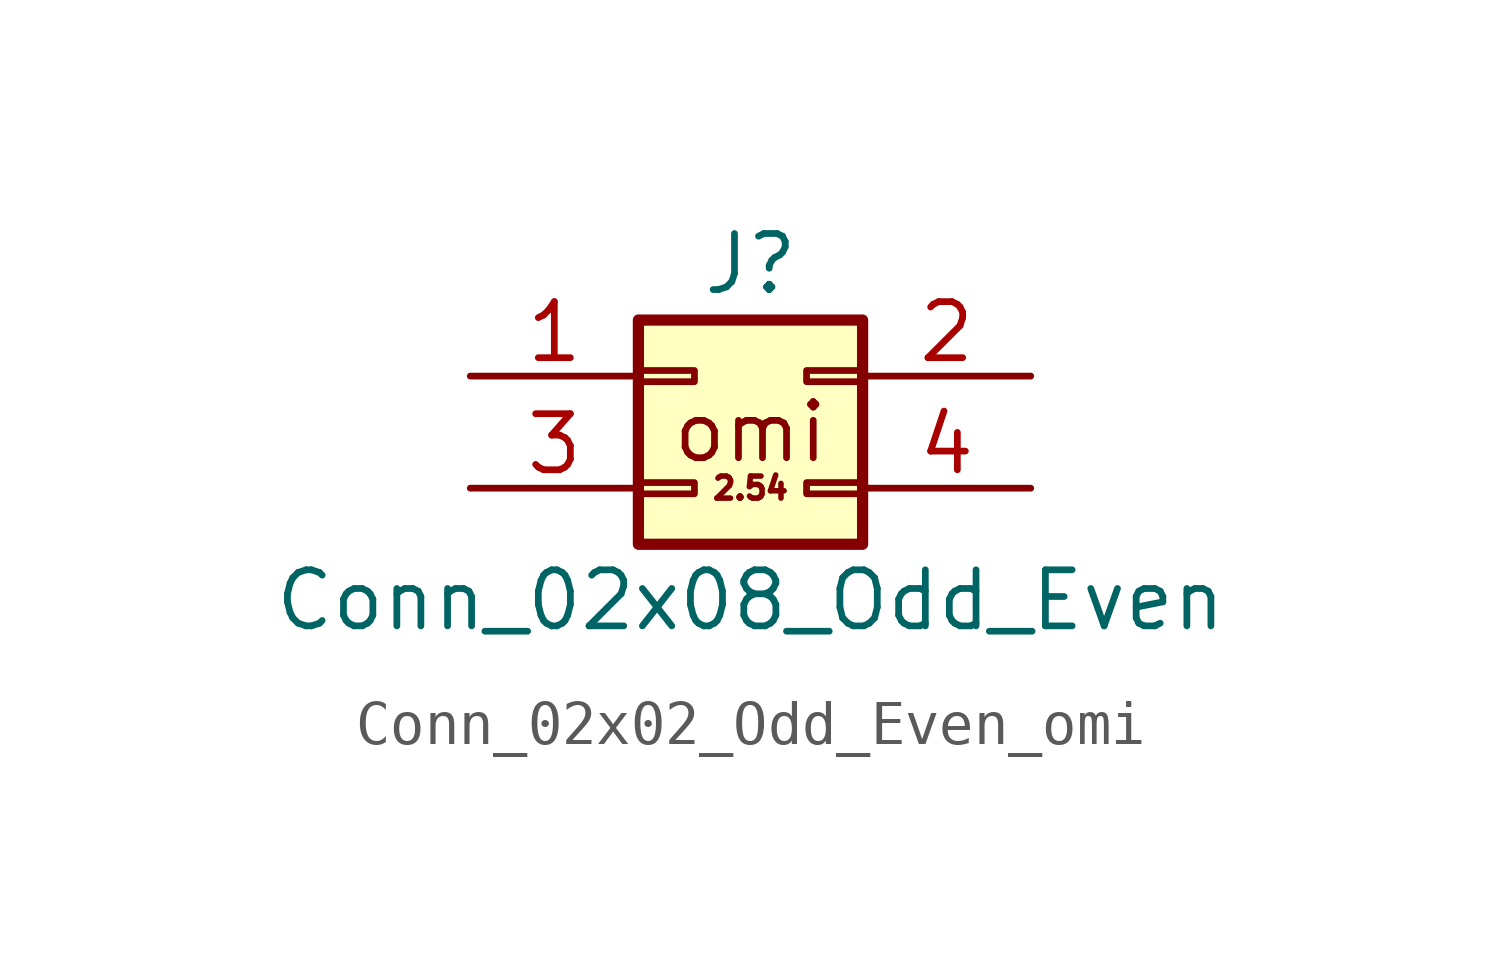
<source format=kicad_sym>
(kicad_symbol_lib
  (version 20220914)
  (generator kicad_symbol_editor)
  (symbol "Conn_02x02_Odd_Even_omi"
    (pin_names
      (offset 1.016) hide)
    (property "Reference" "J"
      (at 1.27 12.7 0)
      (effects (font (size 1.27 1.27))))
    (property "Value" "Conn_02x08_Odd_Even"
      (at 1.27 5.08 0)
      (effects (font (size 1.27 1.27))))
    (symbol "Conn_02x02_Odd_Even_omi_1_1"
      (rectangle (start -1.27 7.747) (end 0 7.493) (stroke (width 0.152) (type default)) (fill (type none)))
      (rectangle (start -1.27 10.287) (end 0 10.033) (stroke (width 0.152) (type default)) (fill (type none)))
      (rectangle (start -1.27 11.43) (end 3.81 6.35) (stroke (width 0.254) (type default)) (fill (type background)))
      (rectangle (start 3.81 7.747) (end 2.54 7.493) (stroke (width 0.152) (type default)) (fill (type none)))
      (rectangle (start 3.81 10.287) (end 2.54 10.033) (stroke (width 0.152) (type default)) (fill (type none)))
      (text "2.54" (at 1.27 7.62 0) (effects (font (size 0.5 0.5))))
      (text "omi" (at 1.27 8.89 0) (effects (font (size 1.27 1.27))))
      (pin passive line (at -5.08 10.16 0) (length 3.81) (name "Pin_1" (effects (font (size 1.27 1.27)))) (number "1" (effects (font (size 1.27 1.27)))))
      (pin passive line (at 7.62 10.16 180) (length 3.81) (name "Pin_2" (effects (font (size 1.27 1.27)))) (number "2" (effects (font (size 1.27 1.27)))))
      (pin passive line (at -5.08 7.62 0) (length 3.81) (name "Pin_3" (effects (font (size 1.27 1.27)))) (number "3" (effects (font (size 1.27 1.27)))))
      (pin passive line (at 7.62 7.62 180) (length 3.81) (name "Pin_4" (effects (font (size 1.27 1.27)))) (number "4" (effects (font (size 1.27 1.27))))))))
</source>
